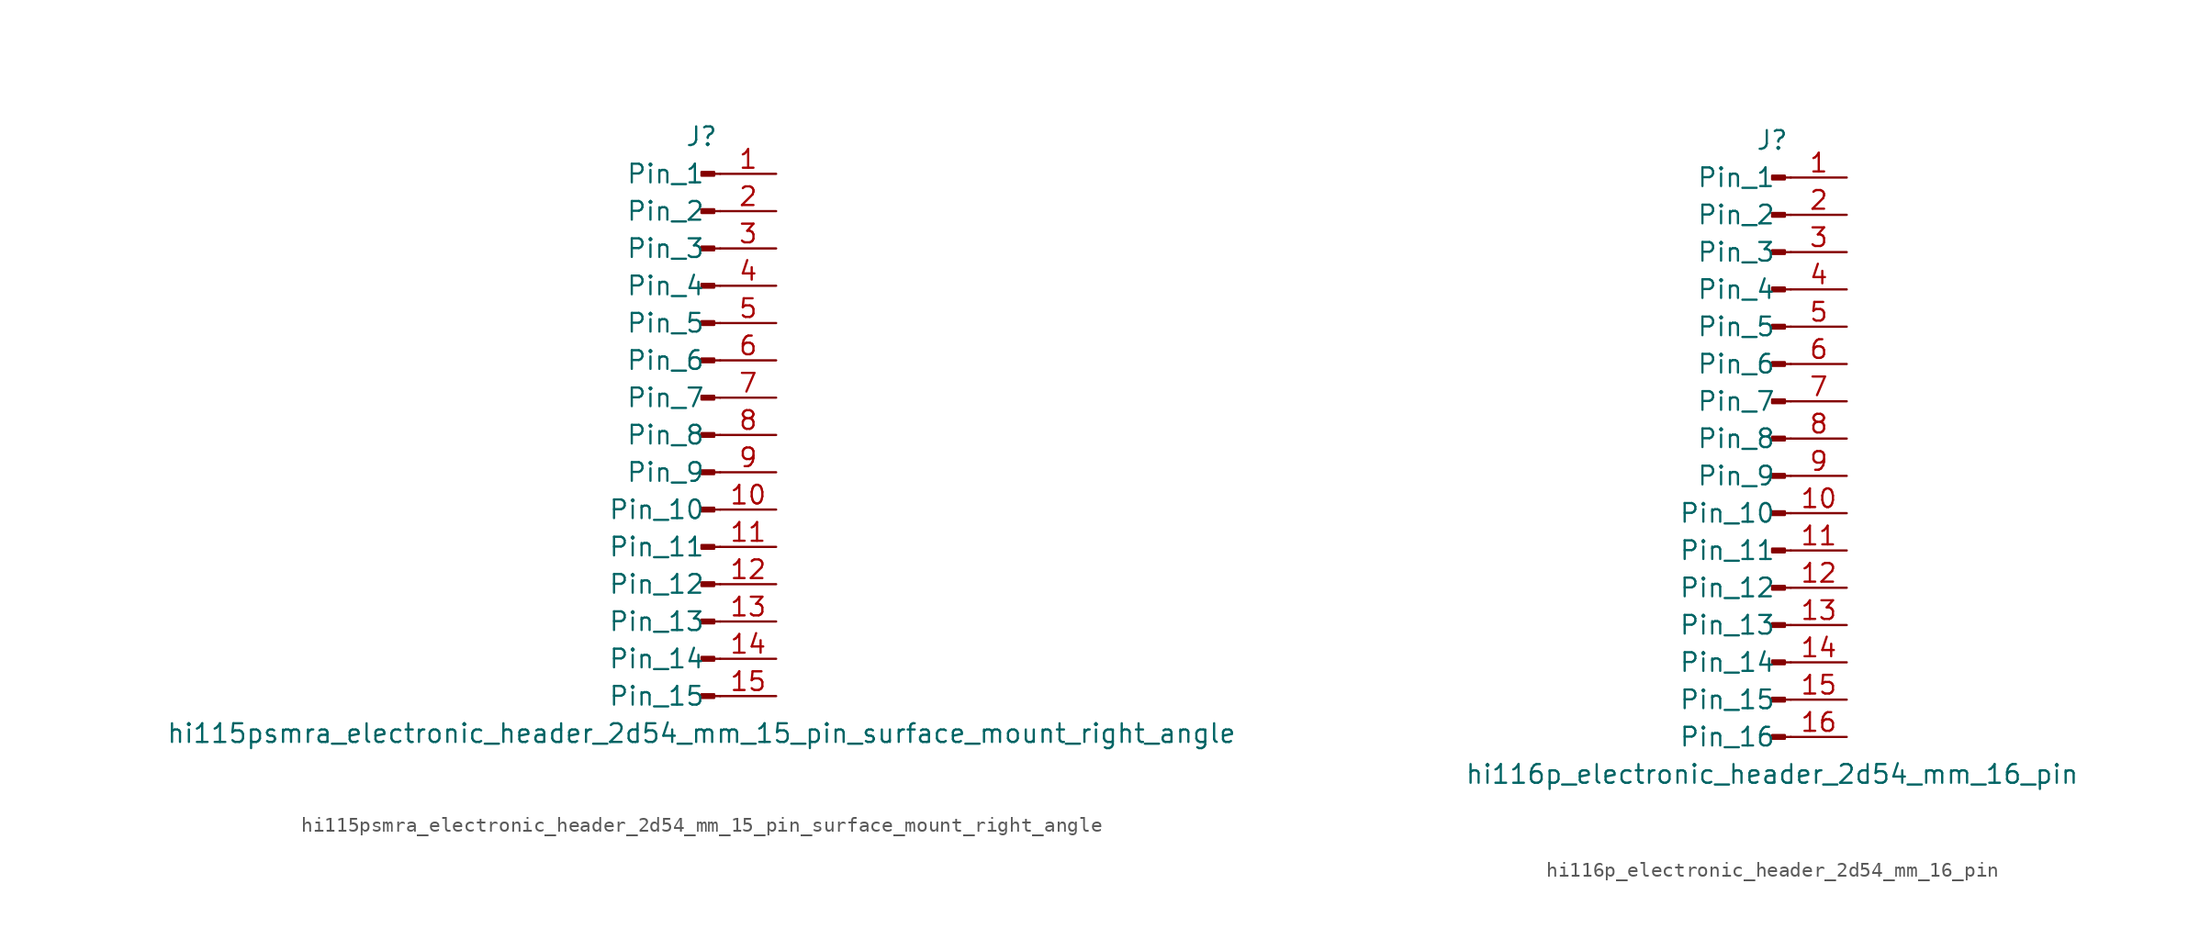
<source format=kicad_sym>
(kicad_symbol_lib
  (version 20220914)
  (generator kicad_symbol_editor)
  (symbol "hi115psmra_electronic_header_2d54_mm_15_pin_surface_mount_right_angle"
    (pin_names
      (offset 1.016))
    (property "Reference" "J"
      (at 0 20.32 0)
      (effects (font (size 1.27 1.27))))
    (property "Value" "hi115psmra_electronic_header_2d54_mm_15_pin_surface_mount_right_angle"
      (at 0 -20.32 0)
      (effects (font (size 1.27 1.27))))
    (property "ki_locked" ""
      (at 0 0 0)
      (effects (font (size 1.27 1.27))))
    (symbol "hi115psmra_electronic_header_2d54_mm_15_pin_surface_mount_right_angle_1_1"
      (polyline (pts (xy 1.27 -17.78) (xy 0.864 -17.78)) (stroke (width 0.152) (type default)) (fill (type none)))
      (polyline (pts (xy 1.27 -15.24) (xy 0.864 -15.24)) (stroke (width 0.152) (type default)) (fill (type none)))
      (polyline (pts (xy 1.27 -12.7) (xy 0.864 -12.7)) (stroke (width 0.152) (type default)) (fill (type none)))
      (polyline (pts (xy 1.27 -10.16) (xy 0.864 -10.16)) (stroke (width 0.152) (type default)) (fill (type none)))
      (polyline (pts (xy 1.27 -7.62) (xy 0.864 -7.62)) (stroke (width 0.152) (type default)) (fill (type none)))
      (polyline (pts (xy 1.27 -5.08) (xy 0.864 -5.08)) (stroke (width 0.152) (type default)) (fill (type none)))
      (polyline (pts (xy 1.27 -2.54) (xy 0.864 -2.54)) (stroke (width 0.152) (type default)) (fill (type none)))
      (polyline (pts (xy 1.27 0) (xy 0.864 0)) (stroke (width 0.152) (type default)) (fill (type none)))
      (polyline (pts (xy 1.27 2.54) (xy 0.864 2.54)) (stroke (width 0.152) (type default)) (fill (type none)))
      (polyline (pts (xy 1.27 5.08) (xy 0.864 5.08)) (stroke (width 0.152) (type default)) (fill (type none)))
      (polyline (pts (xy 1.27 7.62) (xy 0.864 7.62)) (stroke (width 0.152) (type default)) (fill (type none)))
      (polyline (pts (xy 1.27 10.16) (xy 0.864 10.16)) (stroke (width 0.152) (type default)) (fill (type none)))
      (polyline (pts (xy 1.27 12.7) (xy 0.864 12.7)) (stroke (width 0.152) (type default)) (fill (type none)))
      (polyline (pts (xy 1.27 15.24) (xy 0.864 15.24)) (stroke (width 0.152) (type default)) (fill (type none)))
      (polyline (pts (xy 1.27 17.78) (xy 0.864 17.78)) (stroke (width 0.152) (type default)) (fill (type none)))
      (rectangle (start 0.864 -17.653) (end 0 -17.907) (stroke (width 0.152) (type default)) (fill (type outline)))
      (rectangle (start 0.864 -15.113) (end 0 -15.367) (stroke (width 0.152) (type default)) (fill (type outline)))
      (rectangle (start 0.864 -12.573) (end 0 -12.827) (stroke (width 0.152) (type default)) (fill (type outline)))
      (rectangle (start 0.864 -10.033) (end 0 -10.287) (stroke (width 0.152) (type default)) (fill (type outline)))
      (rectangle (start 0.864 -7.493) (end 0 -7.747) (stroke (width 0.152) (type default)) (fill (type outline)))
      (rectangle (start 0.864 -4.953) (end 0 -5.207) (stroke (width 0.152) (type default)) (fill (type outline)))
      (rectangle (start 0.864 -2.413) (end 0 -2.667) (stroke (width 0.152) (type default)) (fill (type outline)))
      (rectangle (start 0.864 0.127) (end 0 -0.127) (stroke (width 0.152) (type default)) (fill (type outline)))
      (rectangle (start 0.864 2.667) (end 0 2.413) (stroke (width 0.152) (type default)) (fill (type outline)))
      (rectangle (start 0.864 5.207) (end 0 4.953) (stroke (width 0.152) (type default)) (fill (type outline)))
      (rectangle (start 0.864 7.747) (end 0 7.493) (stroke (width 0.152) (type default)) (fill (type outline)))
      (rectangle (start 0.864 10.287) (end 0 10.033) (stroke (width 0.152) (type default)) (fill (type outline)))
      (rectangle (start 0.864 12.827) (end 0 12.573) (stroke (width 0.152) (type default)) (fill (type outline)))
      (rectangle (start 0.864 15.367) (end 0 15.113) (stroke (width 0.152) (type default)) (fill (type outline)))
      (rectangle (start 0.864 17.907) (end 0 17.653) (stroke (width 0.152) (type default)) (fill (type outline)))
      (pin passive line (at 5.08 17.78 180) (length 3.81) (name "Pin_1" (effects (font (size 1.27 1.27)))) (number "1" (effects (font (size 1.27 1.27)))))
      (pin passive line (at 5.08 -5.08 180) (length 3.81) (name "Pin_10" (effects (font (size 1.27 1.27)))) (number "10" (effects (font (size 1.27 1.27)))))
      (pin passive line (at 5.08 -7.62 180) (length 3.81) (name "Pin_11" (effects (font (size 1.27 1.27)))) (number "11" (effects (font (size 1.27 1.27)))))
      (pin passive line (at 5.08 -10.16 180) (length 3.81) (name "Pin_12" (effects (font (size 1.27 1.27)))) (number "12" (effects (font (size 1.27 1.27)))))
      (pin passive line (at 5.08 -12.7 180) (length 3.81) (name "Pin_13" (effects (font (size 1.27 1.27)))) (number "13" (effects (font (size 1.27 1.27)))))
      (pin passive line (at 5.08 -15.24 180) (length 3.81) (name "Pin_14" (effects (font (size 1.27 1.27)))) (number "14" (effects (font (size 1.27 1.27)))))
      (pin passive line (at 5.08 -17.78 180) (length 3.81) (name "Pin_15" (effects (font (size 1.27 1.27)))) (number "15" (effects (font (size 1.27 1.27)))))
      (pin passive line (at 5.08 15.24 180) (length 3.81) (name "Pin_2" (effects (font (size 1.27 1.27)))) (number "2" (effects (font (size 1.27 1.27)))))
      (pin passive line (at 5.08 12.7 180) (length 3.81) (name "Pin_3" (effects (font (size 1.27 1.27)))) (number "3" (effects (font (size 1.27 1.27)))))
      (pin passive line (at 5.08 10.16 180) (length 3.81) (name "Pin_4" (effects (font (size 1.27 1.27)))) (number "4" (effects (font (size 1.27 1.27)))))
      (pin passive line (at 5.08 7.62 180) (length 3.81) (name "Pin_5" (effects (font (size 1.27 1.27)))) (number "5" (effects (font (size 1.27 1.27)))))
      (pin passive line (at 5.08 5.08 180) (length 3.81) (name "Pin_6" (effects (font (size 1.27 1.27)))) (number "6" (effects (font (size 1.27 1.27)))))
      (pin passive line (at 5.08 2.54 180) (length 3.81) (name "Pin_7" (effects (font (size 1.27 1.27)))) (number "7" (effects (font (size 1.27 1.27)))))
      (pin passive line (at 5.08 0 180) (length 3.81) (name "Pin_8" (effects (font (size 1.27 1.27)))) (number "8" (effects (font (size 1.27 1.27)))))
      (pin passive line (at 5.08 -2.54 180) (length 3.81) (name "Pin_9" (effects (font (size 1.27 1.27)))) (number "9" (effects (font (size 1.27 1.27)))))))
  (symbol "hi116p_electronic_header_2d54_mm_16_pin"
    (pin_names
      (offset 1.016))
    (property "Reference" "J"
      (at 0 20.32 0)
      (effects (font (size 1.27 1.27))))
    (property "Value" "hi116p_electronic_header_2d54_mm_16_pin"
      (at 0 -22.86 0)
      (effects (font (size 1.27 1.27))))
    (property "ki_locked" ""
      (at 0 0 0)
      (effects (font (size 1.27 1.27))))
    (symbol "hi116p_electronic_header_2d54_mm_16_pin_1_1"
      (polyline (pts (xy 1.27 -20.32) (xy 0.864 -20.32)) (stroke (width 0.152) (type default)) (fill (type none)))
      (polyline (pts (xy 1.27 -17.78) (xy 0.864 -17.78)) (stroke (width 0.152) (type default)) (fill (type none)))
      (polyline (pts (xy 1.27 -15.24) (xy 0.864 -15.24)) (stroke (width 0.152) (type default)) (fill (type none)))
      (polyline (pts (xy 1.27 -12.7) (xy 0.864 -12.7)) (stroke (width 0.152) (type default)) (fill (type none)))
      (polyline (pts (xy 1.27 -10.16) (xy 0.864 -10.16)) (stroke (width 0.152) (type default)) (fill (type none)))
      (polyline (pts (xy 1.27 -7.62) (xy 0.864 -7.62)) (stroke (width 0.152) (type default)) (fill (type none)))
      (polyline (pts (xy 1.27 -5.08) (xy 0.864 -5.08)) (stroke (width 0.152) (type default)) (fill (type none)))
      (polyline (pts (xy 1.27 -2.54) (xy 0.864 -2.54)) (stroke (width 0.152) (type default)) (fill (type none)))
      (polyline (pts (xy 1.27 0) (xy 0.864 0)) (stroke (width 0.152) (type default)) (fill (type none)))
      (polyline (pts (xy 1.27 2.54) (xy 0.864 2.54)) (stroke (width 0.152) (type default)) (fill (type none)))
      (polyline (pts (xy 1.27 5.08) (xy 0.864 5.08)) (stroke (width 0.152) (type default)) (fill (type none)))
      (polyline (pts (xy 1.27 7.62) (xy 0.864 7.62)) (stroke (width 0.152) (type default)) (fill (type none)))
      (polyline (pts (xy 1.27 10.16) (xy 0.864 10.16)) (stroke (width 0.152) (type default)) (fill (type none)))
      (polyline (pts (xy 1.27 12.7) (xy 0.864 12.7)) (stroke (width 0.152) (type default)) (fill (type none)))
      (polyline (pts (xy 1.27 15.24) (xy 0.864 15.24)) (stroke (width 0.152) (type default)) (fill (type none)))
      (polyline (pts (xy 1.27 17.78) (xy 0.864 17.78)) (stroke (width 0.152) (type default)) (fill (type none)))
      (rectangle (start 0.864 -20.193) (end 0 -20.447) (stroke (width 0.152) (type default)) (fill (type outline)))
      (rectangle (start 0.864 -17.653) (end 0 -17.907) (stroke (width 0.152) (type default)) (fill (type outline)))
      (rectangle (start 0.864 -15.113) (end 0 -15.367) (stroke (width 0.152) (type default)) (fill (type outline)))
      (rectangle (start 0.864 -12.573) (end 0 -12.827) (stroke (width 0.152) (type default)) (fill (type outline)))
      (rectangle (start 0.864 -10.033) (end 0 -10.287) (stroke (width 0.152) (type default)) (fill (type outline)))
      (rectangle (start 0.864 -7.493) (end 0 -7.747) (stroke (width 0.152) (type default)) (fill (type outline)))
      (rectangle (start 0.864 -4.953) (end 0 -5.207) (stroke (width 0.152) (type default)) (fill (type outline)))
      (rectangle (start 0.864 -2.413) (end 0 -2.667) (stroke (width 0.152) (type default)) (fill (type outline)))
      (rectangle (start 0.864 0.127) (end 0 -0.127) (stroke (width 0.152) (type default)) (fill (type outline)))
      (rectangle (start 0.864 2.667) (end 0 2.413) (stroke (width 0.152) (type default)) (fill (type outline)))
      (rectangle (start 0.864 5.207) (end 0 4.953) (stroke (width 0.152) (type default)) (fill (type outline)))
      (rectangle (start 0.864 7.747) (end 0 7.493) (stroke (width 0.152) (type default)) (fill (type outline)))
      (rectangle (start 0.864 10.287) (end 0 10.033) (stroke (width 0.152) (type default)) (fill (type outline)))
      (rectangle (start 0.864 12.827) (end 0 12.573) (stroke (width 0.152) (type default)) (fill (type outline)))
      (rectangle (start 0.864 15.367) (end 0 15.113) (stroke (width 0.152) (type default)) (fill (type outline)))
      (rectangle (start 0.864 17.907) (end 0 17.653) (stroke (width 0.152) (type default)) (fill (type outline)))
      (pin passive line (at 5.08 17.78 180) (length 3.81) (name "Pin_1" (effects (font (size 1.27 1.27)))) (number "1" (effects (font (size 1.27 1.27)))))
      (pin passive line (at 5.08 -5.08 180) (length 3.81) (name "Pin_10" (effects (font (size 1.27 1.27)))) (number "10" (effects (font (size 1.27 1.27)))))
      (pin passive line (at 5.08 -7.62 180) (length 3.81) (name "Pin_11" (effects (font (size 1.27 1.27)))) (number "11" (effects (font (size 1.27 1.27)))))
      (pin passive line (at 5.08 -10.16 180) (length 3.81) (name "Pin_12" (effects (font (size 1.27 1.27)))) (number "12" (effects (font (size 1.27 1.27)))))
      (pin passive line (at 5.08 -12.7 180) (length 3.81) (name "Pin_13" (effects (font (size 1.27 1.27)))) (number "13" (effects (font (size 1.27 1.27)))))
      (pin passive line (at 5.08 -15.24 180) (length 3.81) (name "Pin_14" (effects (font (size 1.27 1.27)))) (number "14" (effects (font (size 1.27 1.27)))))
      (pin passive line (at 5.08 -17.78 180) (length 3.81) (name "Pin_15" (effects (font (size 1.27 1.27)))) (number "15" (effects (font (size 1.27 1.27)))))
      (pin passive line (at 5.08 -20.32 180) (length 3.81) (name "Pin_16" (effects (font (size 1.27 1.27)))) (number "16" (effects (font (size 1.27 1.27)))))
      (pin passive line (at 5.08 15.24 180) (length 3.81) (name "Pin_2" (effects (font (size 1.27 1.27)))) (number "2" (effects (font (size 1.27 1.27)))))
      (pin passive line (at 5.08 12.7 180) (length 3.81) (name "Pin_3" (effects (font (size 1.27 1.27)))) (number "3" (effects (font (size 1.27 1.27)))))
      (pin passive line (at 5.08 10.16 180) (length 3.81) (name "Pin_4" (effects (font (size 1.27 1.27)))) (number "4" (effects (font (size 1.27 1.27)))))
      (pin passive line (at 5.08 7.62 180) (length 3.81) (name "Pin_5" (effects (font (size 1.27 1.27)))) (number "5" (effects (font (size 1.27 1.27)))))
      (pin passive line (at 5.08 5.08 180) (length 3.81) (name "Pin_6" (effects (font (size 1.27 1.27)))) (number "6" (effects (font (size 1.27 1.27)))))
      (pin passive line (at 5.08 2.54 180) (length 3.81) (name "Pin_7" (effects (font (size 1.27 1.27)))) (number "7" (effects (font (size 1.27 1.27)))))
      (pin passive line (at 5.08 0 180) (length 3.81) (name "Pin_8" (effects (font (size 1.27 1.27)))) (number "8" (effects (font (size 1.27 1.27)))))
      (pin passive line (at 5.08 -2.54 180) (length 3.81) (name "Pin_9" (effects (font (size 1.27 1.27)))) (number "9" (effects (font (size 1.27 1.27))))))))
</source>
